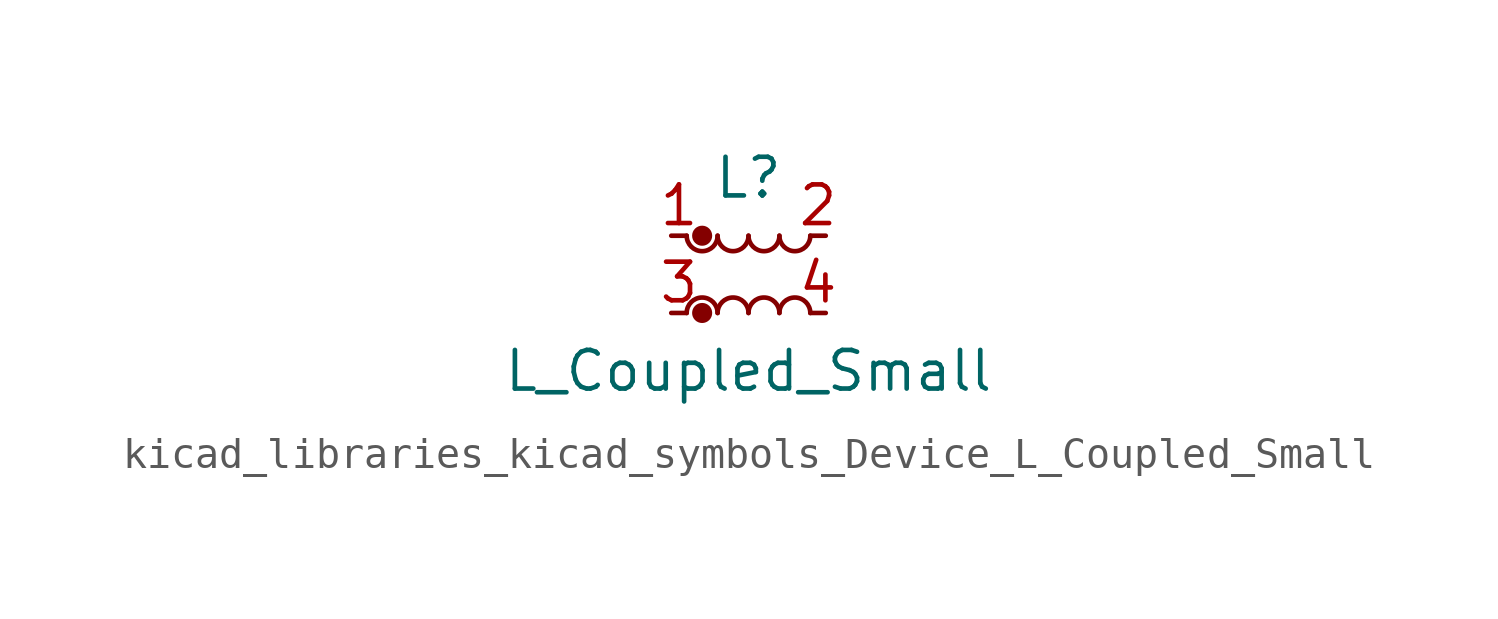
<source format=kicad_sym>
(kicad_symbol_lib
  (version 20220914)
  (generator kicad_symbol_editor)
  (symbol "kicad_libraries_kicad_symbols_Device_L_Coupled_Small"
    (pin_names
      (offset 0.254) hide)
    (property "Reference" "L"
      (at 0 3.175 0)
      (effects (font (size 1.27 1.27))))
    (property "Value" "L_Coupled_Small"
      (at 0 -3.175 0)
      (effects (font (size 1.27 1.27))))
    (symbol "kicad_libraries_kicad_symbols_Device_L_Coupled_Small_0_1"
      (arc (start -2.032 1.27) (mid -1.524 0.7642) (end -1.016 1.27) (stroke (width 0) (type default)) (fill (type none)))
      (circle (center -1.524 -1.27) (radius 0.254) (stroke (width 0) (type default)) (fill (type outline)))
      (circle (center -1.524 1.27) (radius 0.254) (stroke (width 0) (type default)) (fill (type outline)))
      (arc (start -1.016 -1.27) (mid -1.524 -0.7642) (end -2.032 -1.27) (stroke (width 0) (type default)) (fill (type none)))
      (arc (start -1.016 1.27) (mid -0.508 0.7642) (end 0 1.27) (stroke (width 0) (type default)) (fill (type none)))
      (arc (start 0 -1.27) (mid -0.508 -0.7642) (end -1.016 -1.27) (stroke (width 0) (type default)) (fill (type none)))
      (arc (start 0 1.27) (mid 0.508 0.7642) (end 1.016 1.27) (stroke (width 0) (type default)) (fill (type none)))
      (arc (start 1.016 -1.27) (mid 0.508 -0.7642) (end 0 -1.27) (stroke (width 0) (type default)) (fill (type none)))
      (arc (start 1.016 1.27) (mid 1.524 0.7642) (end 2.032 1.27) (stroke (width 0) (type default)) (fill (type none)))
      (arc (start 2.032 -1.27) (mid 1.524 -0.7642) (end 1.016 -1.27) (stroke (width 0) (type default)) (fill (type none))))
    (symbol "kicad_libraries_kicad_symbols_Device_L_Coupled_Small_1_1"
      (pin passive line (at -2.54 1.27 0) (length 0.508) (name "1" (effects (font (size 1.27 1.27)))) (number "1" (effects (font (size 1.27 1.27)))))
      (pin passive line (at 2.54 1.27 180) (length 0.508) (name "2" (effects (font (size 1.27 1.27)))) (number "2" (effects (font (size 1.27 1.27)))))
      (pin passive line (at -2.54 -1.27 0) (length 0.508) (name "3" (effects (font (size 1.27 1.27)))) (number "3" (effects (font (size 1.27 1.27)))))
      (pin passive line (at 2.54 -1.27 180) (length 0.508) (name "4" (effects (font (size 1.27 1.27)))) (number "4" (effects (font (size 1.27 1.27))))))))
</source>
